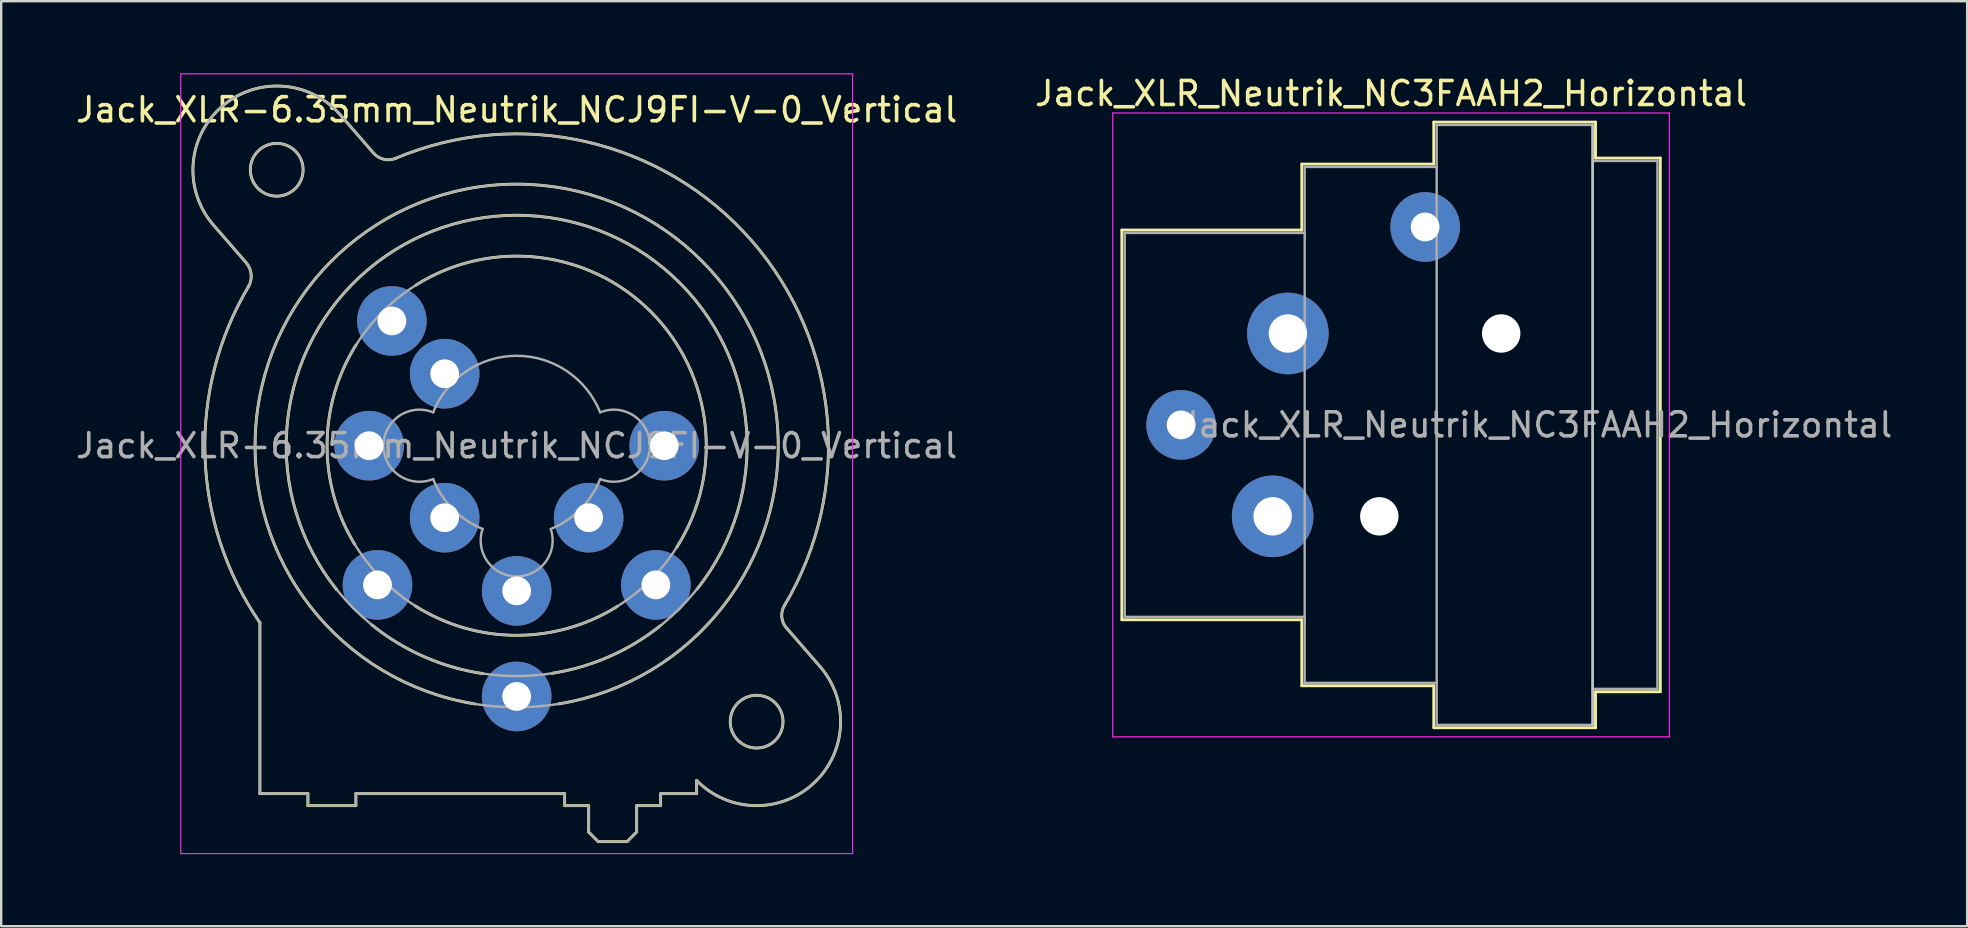
<source format=kicad_pcb>
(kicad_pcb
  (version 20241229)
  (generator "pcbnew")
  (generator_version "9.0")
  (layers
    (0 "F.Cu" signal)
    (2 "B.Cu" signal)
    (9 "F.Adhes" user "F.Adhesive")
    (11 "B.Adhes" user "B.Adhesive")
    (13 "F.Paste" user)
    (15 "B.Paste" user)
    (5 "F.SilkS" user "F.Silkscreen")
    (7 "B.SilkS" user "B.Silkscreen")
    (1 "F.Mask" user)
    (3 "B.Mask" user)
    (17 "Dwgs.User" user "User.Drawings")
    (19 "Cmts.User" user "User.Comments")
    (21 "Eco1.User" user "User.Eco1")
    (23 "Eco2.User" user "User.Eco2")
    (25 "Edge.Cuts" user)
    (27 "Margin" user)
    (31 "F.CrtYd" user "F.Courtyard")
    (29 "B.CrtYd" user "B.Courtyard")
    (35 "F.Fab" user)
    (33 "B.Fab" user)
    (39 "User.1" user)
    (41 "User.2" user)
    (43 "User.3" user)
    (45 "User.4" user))
  (footprint "Jack_XLR_Neutrik_NC3FAAH2_Horizontal"
    (layer "F.Cu")
    (at 50.623 10.848)
    (property "Reference" "Jack_XLR_Neutrik_NC3FAAH2_Horizontal" (at 4.3 -10 0) (layer "F.SilkS") (effects (font (size 1 1) (thickness 0.15))))
    (attr through_hole)
    (fp_line (start -6.92 -4.31) (end -6.92 11.93) (stroke (width 0.12) (type solid)) (layer "F.SilkS"))
    (fp_line (start 0.58 -7.06) (end 0.58 -4.31) (stroke (width 0.12) (type solid)) (layer "F.SilkS"))
    (fp_line (start 0.58 -4.31) (end -6.92 -4.31) (stroke (width 0.12) (type solid)) (layer "F.SilkS"))
    (fp_line (start 0.58 11.93) (end -6.92 11.93) (stroke (width 0.12) (type solid)) (layer "F.SilkS"))
    (fp_line (start 0.58 11.93) (end 0.58 14.68) (stroke (width 0.12) (type solid)) (layer "F.SilkS"))
    (fp_line (start 6.08 -7.06) (end 0.58 -7.06) (stroke (width 0.12) (type solid)) (layer "F.SilkS"))
    (fp_line (start 6.08 -7.06) (end 6.08 -8.81) (stroke (width 0.12) (type solid)) (layer "F.SilkS"))
    (fp_line (start 6.08 14.68) (end 0.58 14.68) (stroke (width 0.12) (type solid)) (layer "F.SilkS"))
    (fp_line (start 6.08 16.43) (end 6.08 14.68) (stroke (width 0.12) (type solid)) (layer "F.SilkS"))
    (fp_line (start 12.82 -8.81) (end 6.08 -8.81) (stroke (width 0.12) (type solid)) (layer "F.SilkS"))
    (fp_line (start 12.82 -8.81) (end 12.82 -7.31) (stroke (width 0.12) (type solid)) (layer "F.SilkS"))
    (fp_line (start 12.82 -7.31) (end 15.52 -7.31) (stroke (width 0.12) (type solid)) (layer "F.SilkS"))
    (fp_line (start 12.82 14.93) (end 12.82 16.43) (stroke (width 0.12) (type solid)) (layer "F.SilkS"))
    (fp_line (start 12.82 14.93) (end 15.52 14.93) (stroke (width 0.12) (type solid)) (layer "F.SilkS"))
    (fp_line (start 12.82 16.43) (end 6.08 16.43) (stroke (width 0.12) (type solid)) (layer "F.SilkS"))
    (fp_line (start 15.52 -7.31) (end 15.52 14.93) (stroke (width 0.12) (type solid)) (layer "F.SilkS"))
    (fp_line (start 12.7 -8.69) (end 12.7 16.31) (stroke (width 0.1) (type solid)) (layer "Dwgs.User"))
    (fp_line (start -7.3 -9.19) (end -7.3 16.81) (stroke (width 0.05) (type solid)) (layer "F.CrtYd"))
    (fp_line (start 15.9 -9.19) (end -7.3 -9.19) (stroke (width 0.05) (type solid)) (layer "F.CrtYd"))
    (fp_line (start 15.9 -9.19) (end 15.9 16.81) (stroke (width 0.05) (type solid)) (layer "F.CrtYd"))
    (fp_line (start 15.9 16.81) (end -7.3 16.81) (stroke (width 0.05) (type solid)) (layer "F.CrtYd"))
    (fp_line (start -6.8 -4.19) (end -6.8 11.81) (stroke (width 0.1) (type solid)) (layer "F.Fab"))
    (fp_line (start -6.8 11.81) (end 0.7 11.81) (stroke (width 0.1) (type solid)) (layer "F.Fab"))
    (fp_line (start 0.7 -6.94) (end 0.7 14.56) (stroke (width 0.1) (type solid)) (layer "F.Fab"))
    (fp_line (start 0.7 -4.19) (end -6.8 -4.19) (stroke (width 0.1) (type solid)) (layer "F.Fab"))
    (fp_line (start 0.7 14.56) (end 6.2 14.56) (stroke (width 0.1) (type solid)) (layer "F.Fab"))
    (fp_line (start 6.2 -8.69) (end 12.7 -8.69) (stroke (width 0.1) (type solid)) (layer "F.Fab"))
    (fp_line (start 6.2 -6.94) (end 0.7 -6.94) (stroke (width 0.1) (type solid)) (layer "F.Fab"))
    (fp_line (start 6.2 16.31) (end 6.2 -8.69) (stroke (width 0.1) (type solid)) (layer "F.Fab"))
    (fp_line (start 12.7 -8.69) (end 12.7 16.31) (stroke (width 0.1) (type solid)) (layer "F.Fab"))
    (fp_line (start 12.7 -7.19) (end 15.4 -7.19) (stroke (width 0.1) (type solid)) (layer "F.Fab"))
    (fp_line (start 12.7 16.31) (end 6.2 16.31) (stroke (width 0.1) (type solid)) (layer "F.Fab"))
    (fp_line (start 15.4 -7.19) (end 15.4 14.81) (stroke (width 0.1) (type solid)) (layer "F.Fab"))
    (fp_line (start 15.4 14.81) (end 12.7 14.81) (stroke (width 0.1) (type solid)) (layer "F.Fab"))
    (fp_text user "${REFERENCE}" (at 10.35 3.81 0) (layer "F.Fab") (effects (font (size 1 1) (thickness 0.15))))
    (pad "" np_thru_hole circle (at 3.81 7.62) (size 1.6 1.6) (drill 1.6) (layers "*.Cu" "*.Mask"))
    (pad "" np_thru_hole circle (at 8.89 0) (size 1.6 1.6) (drill 1.6) (layers "*.Cu" "*.Mask"))
    (pad "1" thru_hole circle (at 0 0) (size 3.4 3.4) (drill 1.6) (layers "*.Cu" "*.Mask"))
    (pad "2" thru_hole circle (at -0.635 7.62) (size 3.4 3.4) (drill 1.6) (layers "*.Cu" "*.Mask"))
    (pad "3" thru_hole circle (at -4.45 3.81) (size 2.9 2.9) (drill 1.2) (layers "*.Cu" "*.Mask"))
    (pad "G" thru_hole circle (at 5.72 -4.44) (size 2.9 2.9) (drill 1.2) (layers "*.Cu" "*.Mask")))
  (footprint "Jack_XLR-6.35mm_Neutrik_NCJ9FI-V-0_Vertical"
    (layer "F.Cu")
    (at 24.632 15.525)
    (property "Reference" "Jack_XLR-6.35mm_Neutrik_NCJ9FI-V-0_Vertical" (at -6.15 -14 0) (layer "F.SilkS") (effects (font (size 1 1) (thickness 0.15))))
    (attr through_hole)
    (fp_line (start -17.4 -7.6) (end -18.79 -9.2) (stroke (width 0.12) (type solid)) (layer "F.SilkS"))
    (fp_line (start -16.85 14.5) (end -16.85 7.38) (stroke (width 0.12) (type solid)) (layer "F.SilkS"))
    (fp_line (start -14.85 14.5) (end -16.85 14.5) (stroke (width 0.12) (type solid)) (layer "F.SilkS"))
    (fp_line (start -14.85 14.5) (end -14.85 15) (stroke (width 0.12) (type solid)) (layer "F.SilkS"))
    (fp_line (start -13.51 -13.8) (end -12.11 -12.19) (stroke (width 0.12) (type solid)) (layer "F.SilkS"))
    (fp_line (start -12.85 14.5) (end -12.85 15) (stroke (width 0.12) (type solid)) (layer "F.SilkS"))
    (fp_line (start -12.85 15) (end -14.85 15) (stroke (width 0.12) (type solid)) (layer "F.SilkS"))
    (fp_line (start -4.15 14.5) (end -12.85 14.5) (stroke (width 0.12) (type solid)) (layer "F.SilkS"))
    (fp_line (start -4.15 14.5) (end -4.15 15) (stroke (width 0.12) (type solid)) (layer "F.SilkS"))
    (fp_line (start -3.15 15) (end -4.15 15) (stroke (width 0.12) (type solid)) (layer "F.SilkS"))
    (fp_line (start -3.15 15) (end -3.15 16.1) (stroke (width 0.12) (type solid)) (layer "F.SilkS"))
    (fp_line (start -3.15 16.1) (end -2.75 16.5) (stroke (width 0.12) (type solid)) (layer "F.SilkS"))
    (fp_line (start -1.55 16.5) (end -2.75 16.5) (stroke (width 0.12) (type solid)) (layer "F.SilkS"))
    (fp_line (start -1.15 15) (end -1.15 16.1) (stroke (width 0.12) (type solid)) (layer "F.SilkS"))
    (fp_line (start -1.15 16.1) (end -1.55 16.5) (stroke (width 0.12) (type solid)) (layer "F.SilkS"))
    (fp_line (start -0.15 14.5) (end -0.15 15) (stroke (width 0.12) (type solid)) (layer "F.SilkS"))
    (fp_line (start -0.15 15) (end -1.15 15) (stroke (width 0.12) (type solid)) (layer "F.SilkS"))
    (fp_line (start 1.35 13.95) (end 1.35 14.5) (stroke (width 0.12) (type solid)) (layer "F.SilkS"))
    (fp_line (start 1.35 14.5) (end -0.15 14.5) (stroke (width 0.12) (type solid)) (layer "F.SilkS"))
    (fp_line (start 5.1 7.6) (end 6.49 9.2) (stroke (width 0.12) (type solid)) (layer "F.SilkS"))
    (fp_arc (start -18.79 -9.2) (mid -18.45 -14.14) (end -13.51 -13.8) (stroke (width 0.12) (type solid)) (layer "F.SilkS"))
    (fp_arc (start -17.400452 -7.59955) (mid -17.216295 -7.14315) (end -17.31 -6.66) (stroke (width 0.12) (type solid)) (layer "F.SilkS"))
    (fp_arc (start -16.851206 7.374645) (mid -19.139261 0.42462) (end -17.31 -6.66) (stroke (width 0.12) (type solid)) (layer "F.SilkS"))
    (fp_arc (start -13.65 6) (mid -6.168408 -9.604669) (end 1.372943 5.971208) (stroke (width 0.12) (type solid)) (layer "F.SilkS"))
    (fp_arc (start -12.9 4.11) (mid -14.052663 -0.0501) (end -12.847348 -4.195251) (stroke (width 0.12) (type solid)) (layer "F.SilkS"))
    (fp_arc (start -11.201352 -11.974349) (mid 3.655031 -8.530097) (end 5.01 6.66) (stroke (width 0.12) (type solid)) (layer "F.SilkS"))
    (fp_arc (start -11.177539 -11.981856) (mid -11.677484 -11.93489) (end -12.11 -12.19) (stroke (width 0.12) (type solid)) (layer "F.SilkS"))
    (fp_arc (start -10.34 -6.7) (mid -0.544787 -5.570251) (end 0.523653 4.231839) (stroke (width 0.12) (type solid)) (layer "F.SilkS"))
    (fp_arc (start -7.9 10.76) (mid -6.152346 -10.90138) (end -4.395368 10.759246) (stroke (width 0.12) (type solid)) (layer "F.SilkS"))
    (fp_arc (start -7.55 9.5) (mid -10.007174 8.793873) (end -12.190932 7.464391) (stroke (width 0.12) (type solid)) (layer "F.SilkS"))
    (fp_arc (start -1.96 6.7) (mid -6.167825 7.902264) (end -10.370184 6.681029) (stroke (width 0.12) (type solid)) (layer "F.SilkS"))
    (fp_arc (start -0.16 7.5) (mid -2.282236 8.784674) (end -4.662837 9.482534) (stroke (width 0.12) (type solid)) (layer "F.SilkS"))
    (fp_arc (start 5.109394 7.611661) (mid 4.900255 7.152483) (end 5.01 6.66) (stroke (width 0.12) (type solid)) (layer "F.SilkS"))
    (fp_arc (start 6.49 9.2) (mid 6.227307 14.070606) (end 1.351052 13.95252) (stroke (width 0.12) (type solid)) (layer "F.SilkS"))
    (fp_circle (center -16.15 -11.5) (end -15.05 -11.5) (stroke (width 0.12) (type solid)) (fill no) (layer "F.SilkS"))
    (fp_circle (center 3.85 11.5) (end 4.95 11.5) (stroke (width 0.12) (type solid)) (fill no) (layer "F.SilkS"))
    (fp_line (start -20.15 -15.5) (end 7.85 -15.5) (stroke (width 0.05) (type solid)) (layer "F.CrtYd"))
    (fp_line (start -20.15 17) (end -20.15 -15.5) (stroke (width 0.05) (type solid)) (layer "F.CrtYd"))
    (fp_line (start 7.85 -15.5) (end 7.85 17) (stroke (width 0.05) (type solid)) (layer "F.CrtYd"))
    (fp_line (start 7.85 17) (end -20.15 17) (stroke (width 0.05) (type solid)) (layer "F.CrtYd"))
    (fp_line (start -17.4 -7.6) (end -18.79 -9.2) (stroke (width 0.1) (type solid)) (layer "F.Fab"))
    (fp_line (start -16.85 14.5) (end -16.85 7.38) (stroke (width 0.1) (type solid)) (layer "F.Fab"))
    (fp_line (start -14.85 14.5) (end -16.85 14.5) (stroke (width 0.1) (type solid)) (layer "F.Fab"))
    (fp_line (start -14.85 14.5) (end -14.85 15) (stroke (width 0.1) (type solid)) (layer "F.Fab"))
    (fp_line (start -13.51 -13.8) (end -12.11 -12.19) (stroke (width 0.1) (type solid)) (layer "F.Fab"))
    (fp_line (start -12.85 14.5) (end -12.85 15) (stroke (width 0.1) (type solid)) (layer "F.Fab"))
    (fp_line (start -12.85 15) (end -14.85 15) (stroke (width 0.1) (type solid)) (layer "F.Fab"))
    (fp_line (start -4.15 14.5) (end -12.85 14.5) (stroke (width 0.1) (type solid)) (layer "F.Fab"))
    (fp_line (start -4.15 14.5) (end -4.15 15) (stroke (width 0.1) (type solid)) (layer "F.Fab"))
    (fp_line (start -3.15 15) (end -4.15 15) (stroke (width 0.1) (type solid)) (layer "F.Fab"))
    (fp_line (start -3.15 15) (end -3.15 16.1) (stroke (width 0.1) (type solid)) (layer "F.Fab"))
    (fp_line (start -3.15 16.1) (end -2.75 16.5) (stroke (width 0.1) (type solid)) (layer "F.Fab"))
    (fp_line (start -1.55 16.5) (end -2.75 16.5) (stroke (width 0.1) (type solid)) (layer "F.Fab"))
    (fp_line (start -1.15 15) (end -1.15 16.1) (stroke (width 0.1) (type solid)) (layer "F.Fab"))
    (fp_line (start -1.15 16.1) (end -1.55 16.5) (stroke (width 0.1) (type solid)) (layer "F.Fab"))
    (fp_line (start -0.15 14.5) (end -0.15 15) (stroke (width 0.1) (type solid)) (layer "F.Fab"))
    (fp_line (start -0.15 15) (end -1.15 15) (stroke (width 0.1) (type solid)) (layer "F.Fab"))
    (fp_line (start 1.35 13.95) (end 1.35 14.5) (stroke (width 0.1) (type solid)) (layer "F.Fab"))
    (fp_line (start 1.35 14.5) (end -0.15 14.5) (stroke (width 0.1) (type solid)) (layer "F.Fab"))
    (fp_line (start 5.1 7.6) (end 6.49 9.2) (stroke (width 0.1) (type solid)) (layer "F.Fab"))
    (fp_arc (start -18.79 -9.2) (mid -18.45 -14.14) (end -13.51 -13.8) (stroke (width 0.1) (type solid)) (layer "F.Fab"))
    (fp_arc (start -17.400452 -7.59955) (mid -17.216295 -7.14315) (end -17.31 -6.66) (stroke (width 0.1) (type solid)) (layer "F.Fab"))
    (fp_arc (start -16.851206 7.374645) (mid -19.139261 0.42462) (end -17.31 -6.66) (stroke (width 0.1) (type solid)) (layer "F.Fab"))
    (fp_arc (start -11.201352 -11.974349) (mid 3.655031 -8.530097) (end 5.01 6.66) (stroke (width 0.1) (type solid)) (layer "F.Fab"))
    (fp_arc (start -11.177539 -11.981856) (mid -11.677484 -11.93489) (end -12.11 -12.19) (stroke (width 0.1) (type solid)) (layer "F.Fab"))
    (fp_arc (start -9.634717 1.391925) (mid -11.702329 -0.002547) (end -9.63 -1.39) (stroke (width 0.1) (type solid)) (layer "F.Fab"))
    (fp_arc (start -9.631116 -1.387204) (mid -6.151505 -3.747333) (end -2.67 -1.39) (stroke (width 0.1) (type solid)) (layer "F.Fab"))
    (fp_arc (start -7.567529 3.468878) (mid -8.810241 2.639246) (end -9.63 1.39) (stroke (width 0.1) (type solid)) (layer "F.Fab"))
    (fp_arc (start -4.729599 3.471189) (mid -6.150627 5.448932) (end -7.57 3.47) (stroke (width 0.1) (type solid)) (layer "F.Fab"))
    (fp_arc (start -2.667476 1.389002) (mid -3.487046 2.639314) (end -4.73 3.47) (stroke (width 0.1) (type solid)) (layer "F.Fab"))
    (fp_arc (start -2.665283 -1.391925) (mid -0.597671 0.002547) (end -2.67 1.39) (stroke (width 0.1) (type solid)) (layer "F.Fab"))
    (fp_arc (start 5.109394 7.611661) (mid 4.900255 7.152483) (end 5.01 6.66) (stroke (width 0.1) (type solid)) (layer "F.Fab"))
    (fp_arc (start 6.49 9.2) (mid 6.227307 14.070606) (end 1.351052 13.95252) (stroke (width 0.1) (type solid)) (layer "F.Fab"))
    (fp_circle (center -16.15 -11.5) (end -15.05 -11.5) (stroke (width 0.1) (type solid)) (fill no) (layer "F.Fab"))
    (fp_circle (center -6.15 0) (end 1.75 0) (stroke (width 0.1) (type solid)) (fill no) (layer "F.Fab"))
    (fp_circle (center -6.15 0) (end 3.45 0) (stroke (width 0.1) (type solid)) (fill no) (layer "F.Fab"))
    (fp_circle (center -6.15 0) (end 4.75 0) (stroke (width 0.1) (type solid)) (fill no) (layer "F.Fab"))
    (fp_circle (center 3.85 11.5) (end 4.95 11.5) (stroke (width 0.1) (type solid)) (fill no) (layer "F.Fab"))
    (fp_text user "${REFERENCE}" (at -6.15 0 0) (layer "F.Fab") (effects (font (size 1 1) (thickness 0.15))))
    (pad "1" thru_hole circle (at 0 0) (size 2.9 2.9) (drill 1.2) (layers "*.Cu" "*.Mask"))
    (pad "2" thru_hole circle (at -12.3 0) (size 2.9 2.9) (drill 1.2) (layers "*.Cu" "*.Mask"))
    (pad "3" thru_hole circle (at -6.15 6.05) (size 2.9 2.9) (drill 1.2) (layers "*.Cu" "*.Mask"))
    (pad "G" thru_hole circle (at -6.15 10.45) (size 2.9 2.9) (drill 1.2) (layers "*.Cu" "*.Mask"))
    (pad "R" thru_hole circle (at -0.35 5.8) (size 2.9 2.9) (drill 1.2) (layers "*.Cu" "*.Mask"))
    (pad "RN" thru_hole circle (at -3.15 3) (size 2.9 2.9) (drill 1.2) (layers "*.Cu" "*.Mask"))
    (pad "S" thru_hole circle (at -11.95 5.8) (size 2.9 2.9) (drill 1.2) (layers "*.Cu" "*.Mask"))
    (pad "SN" thru_hole circle (at -9.15 3) (size 2.9 2.9) (drill 1.2) (layers "*.Cu" "*.Mask"))
    (pad "T" thru_hole circle (at -11.35 -5.2) (size 2.9 2.9) (drill 1.2) (layers "*.Cu" "*.Mask"))
    (pad "TN" thru_hole circle (at -9.15 -3) (size 2.9 2.9) (drill 1.2) (layers "*.Cu" "*.Mask")))
  (gr_rect
    (start -3 -3)
    (end 78.931 35.55)
    (stroke (width 0.1) (type default))
    (fill no)
    (layer "Edge.Cuts")))
</source>
